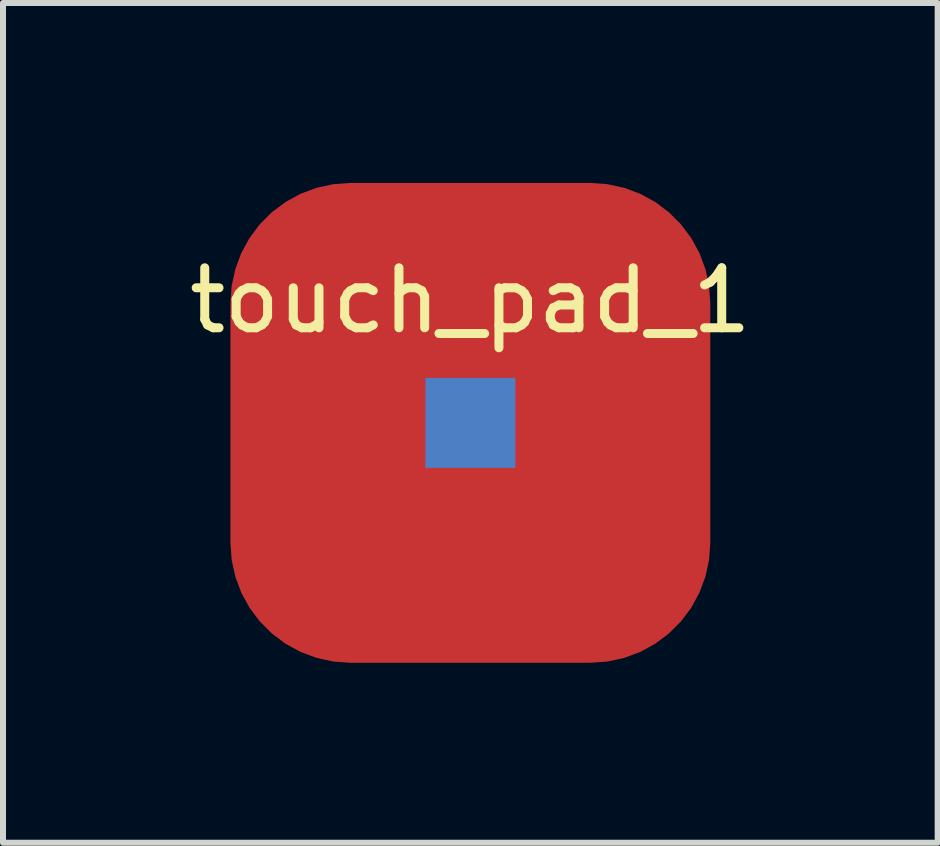
<source format=kicad_pcb>
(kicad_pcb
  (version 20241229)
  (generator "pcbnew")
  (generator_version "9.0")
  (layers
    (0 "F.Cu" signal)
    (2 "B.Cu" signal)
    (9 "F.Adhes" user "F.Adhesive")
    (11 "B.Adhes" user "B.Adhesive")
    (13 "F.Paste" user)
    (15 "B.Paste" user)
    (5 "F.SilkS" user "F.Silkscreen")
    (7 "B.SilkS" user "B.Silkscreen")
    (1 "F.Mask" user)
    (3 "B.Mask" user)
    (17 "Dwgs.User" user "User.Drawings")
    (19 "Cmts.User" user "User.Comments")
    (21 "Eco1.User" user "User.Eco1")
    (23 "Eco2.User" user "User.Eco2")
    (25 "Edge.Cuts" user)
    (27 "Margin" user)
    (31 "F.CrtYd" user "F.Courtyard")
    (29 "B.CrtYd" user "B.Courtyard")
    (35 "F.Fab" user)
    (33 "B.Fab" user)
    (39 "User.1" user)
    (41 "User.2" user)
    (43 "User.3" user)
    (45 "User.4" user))
  (footprint "touch_pad_1"
    (layer "F.Cu")
    (at 4.792 1.46)
    (property "Reference" "touch_pad_1" (at 0 0.5 0) (layer "F.SilkS") (effects (font (size 1 1) (thickness 0.15))))
    (attr through_hole)
    (pad "1" smd rect (at 0 2.54) (size 1.5 1.5) (layers "B.Cu" "B.Mask" "B.Paste"))
    (pad "1" smd roundrect (at 0 2.54) (size 8 8) (layers "F.Cu" "F.Mask" "F.Paste") (roundrect_rratio 0.25)))
  (gr_rect
    (start -3 -3)
    (end 12.583 11)
    (stroke (width 0.1) (type default))
    (fill no)
    (layer "Edge.Cuts")))
</source>
